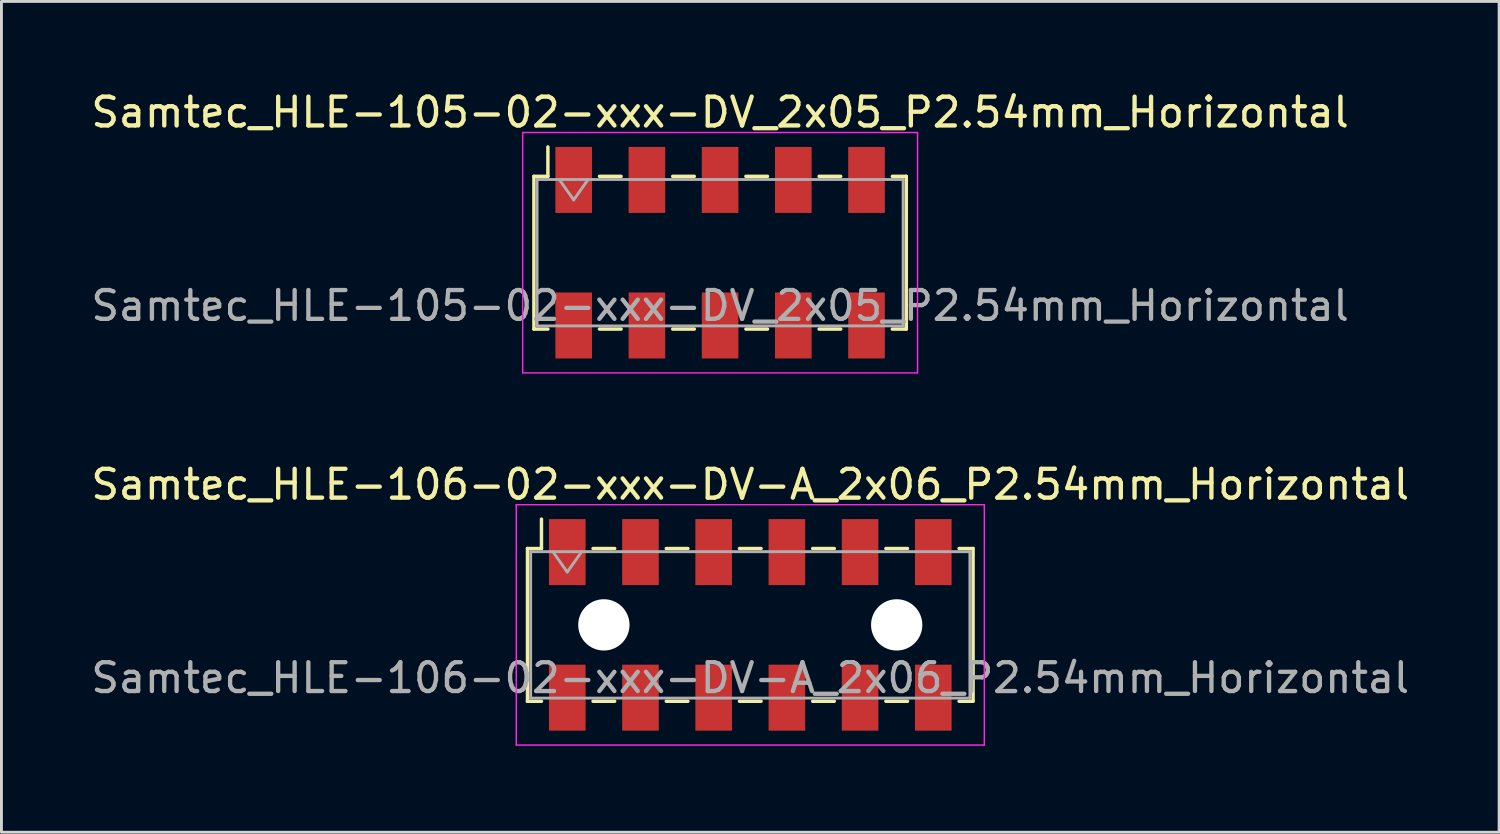
<source format=kicad_pcb>
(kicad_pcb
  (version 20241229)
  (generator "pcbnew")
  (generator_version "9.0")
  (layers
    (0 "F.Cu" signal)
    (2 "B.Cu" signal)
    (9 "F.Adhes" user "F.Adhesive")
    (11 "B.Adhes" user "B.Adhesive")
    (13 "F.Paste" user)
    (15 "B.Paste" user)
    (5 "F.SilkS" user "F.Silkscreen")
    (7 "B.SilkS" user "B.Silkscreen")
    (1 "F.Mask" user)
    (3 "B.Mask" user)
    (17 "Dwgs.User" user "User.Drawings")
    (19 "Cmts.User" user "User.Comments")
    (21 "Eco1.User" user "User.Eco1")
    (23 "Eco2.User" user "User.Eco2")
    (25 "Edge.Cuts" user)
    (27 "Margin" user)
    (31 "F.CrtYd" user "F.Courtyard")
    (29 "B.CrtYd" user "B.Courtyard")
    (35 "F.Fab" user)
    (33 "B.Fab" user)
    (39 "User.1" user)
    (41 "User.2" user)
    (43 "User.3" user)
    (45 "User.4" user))
  (footprint "Samtec_HLE-106-02-xxx-DV-A_2x06_P2.54mm_Horizontal"
    (layer "F.Cu")
    (at 22.982 18.631)
    (property "Reference" "Samtec_HLE-106-02-xxx-DV-A_2x06_P2.54mm_Horizontal" (at 0 -4.87 0) (layer "F.SilkS") (effects (font (size 1 1) (thickness 0.15))))
    (attr smd)
    (fp_line (start -7.73 -2.65) (end -7.73 2.65) (stroke (width 0.12) (type solid)) (layer "F.SilkS"))
    (fp_line (start -7.73 2.65) (end -7.245 2.65) (stroke (width 0.12) (type solid)) (layer "F.SilkS"))
    (fp_line (start -7.245 -3.67) (end -7.245 -2.65) (stroke (width 0.12) (type solid)) (layer "F.SilkS"))
    (fp_line (start -7.245 -2.65) (end -7.73 -2.65) (stroke (width 0.12) (type solid)) (layer "F.SilkS"))
    (fp_line (start -5.455 -2.65) (end -4.705 -2.65) (stroke (width 0.12) (type solid)) (layer "F.SilkS"))
    (fp_line (start -5.455 2.65) (end -4.705 2.65) (stroke (width 0.12) (type solid)) (layer "F.SilkS"))
    (fp_line (start -2.915 -2.65) (end -2.165 -2.65) (stroke (width 0.12) (type solid)) (layer "F.SilkS"))
    (fp_line (start -2.915 2.65) (end -2.165 2.65) (stroke (width 0.12) (type solid)) (layer "F.SilkS"))
    (fp_line (start -0.375 -2.65) (end 0.375 -2.65) (stroke (width 0.12) (type solid)) (layer "F.SilkS"))
    (fp_line (start -0.375 2.65) (end 0.375 2.65) (stroke (width 0.12) (type solid)) (layer "F.SilkS"))
    (fp_line (start 2.165 -2.65) (end 2.915 -2.65) (stroke (width 0.12) (type solid)) (layer "F.SilkS"))
    (fp_line (start 2.165 2.65) (end 2.915 2.65) (stroke (width 0.12) (type solid)) (layer "F.SilkS"))
    (fp_line (start 4.705 -2.65) (end 5.455 -2.65) (stroke (width 0.12) (type solid)) (layer "F.SilkS"))
    (fp_line (start 4.705 2.65) (end 5.455 2.65) (stroke (width 0.12) (type solid)) (layer "F.SilkS"))
    (fp_line (start 7.245 -2.65) (end 7.73 -2.65) (stroke (width 0.12) (type solid)) (layer "F.SilkS"))
    (fp_line (start 7.73 -2.65) (end 7.73 2.65) (stroke (width 0.12) (type solid)) (layer "F.SilkS"))
    (fp_line (start 7.73 2.65) (end 7.245 2.65) (stroke (width 0.12) (type solid)) (layer "F.SilkS"))
    (fp_line (start -8.12 -4.17) (end 8.12 -4.17) (stroke (width 0.05) (type solid)) (layer "F.CrtYd"))
    (fp_line (start -8.12 4.17) (end -8.12 -4.17) (stroke (width 0.05) (type solid)) (layer "F.CrtYd"))
    (fp_line (start 8.12 -4.17) (end 8.12 4.17) (stroke (width 0.05) (type solid)) (layer "F.CrtYd"))
    (fp_line (start 8.12 4.17) (end -8.12 4.17) (stroke (width 0.05) (type solid)) (layer "F.CrtYd"))
    (fp_line (start -7.62 -2.54) (end 7.62 -2.54) (stroke (width 0.1) (type solid)) (layer "F.Fab"))
    (fp_line (start -7.62 2.54) (end -7.62 -2.54) (stroke (width 0.1) (type solid)) (layer "F.Fab"))
    (fp_line (start -6.85 -2.54) (end -6.35 -1.833) (stroke (width 0.1) (type solid)) (layer "F.Fab"))
    (fp_line (start -6.35 -1.833) (end -5.85 -2.54) (stroke (width 0.1) (type solid)) (layer "F.Fab"))
    (fp_line (start 7.62 -2.54) (end 7.62 2.54) (stroke (width 0.1) (type solid)) (layer "F.Fab"))
    (fp_line (start 7.62 2.54) (end -7.62 2.54) (stroke (width 0.1) (type solid)) (layer "F.Fab"))
    (fp_text user "${REFERENCE}" (at 0 1.84 0) (layer "F.Fab") (effects (font (size 1 1) (thickness 0.15))))
    (pad "" np_thru_hole circle (at -5.08 0) (size 1.78 1.78) (drill 1.78) (layers "*.Cu" "*.Mask"))
    (pad "" np_thru_hole circle (at 5.08 0) (size 1.78 1.78) (drill 1.78) (layers "*.Cu" "*.Mask"))
    (pad "1" smd rect (at -6.35 -2.525) (size 1.27 2.29) (layers "F.Cu" "F.Mask" "F.Paste"))
    (pad "2" smd rect (at -6.35 2.525) (size 1.27 2.29) (layers "F.Cu" "F.Mask" "F.Paste"))
    (pad "3" smd rect (at -3.81 -2.525) (size 1.27 2.29) (layers "F.Cu" "F.Mask" "F.Paste"))
    (pad "4" smd rect (at -3.81 2.525) (size 1.27 2.29) (layers "F.Cu" "F.Mask" "F.Paste"))
    (pad "5" smd rect (at -1.27 -2.525) (size 1.27 2.29) (layers "F.Cu" "F.Mask" "F.Paste"))
    (pad "6" smd rect (at -1.27 2.525) (size 1.27 2.29) (layers "F.Cu" "F.Mask" "F.Paste"))
    (pad "7" smd rect (at 1.27 -2.525) (size 1.27 2.29) (layers "F.Cu" "F.Mask" "F.Paste"))
    (pad "8" smd rect (at 1.27 2.525) (size 1.27 2.29) (layers "F.Cu" "F.Mask" "F.Paste"))
    (pad "9" smd rect (at 3.81 -2.525) (size 1.27 2.29) (layers "F.Cu" "F.Mask" "F.Paste"))
    (pad "10" smd rect (at 3.81 2.525) (size 1.27 2.29) (layers "F.Cu" "F.Mask" "F.Paste"))
    (pad "11" smd rect (at 6.35 -2.525) (size 1.27 2.29) (layers "F.Cu" "F.Mask" "F.Paste"))
    (pad "12" smd rect (at 6.35 2.525) (size 1.27 2.29) (layers "F.Cu" "F.Mask" "F.Paste")))
  (footprint "Samtec_HLE-105-02-xxx-DV_2x05_P2.54mm_Horizontal"
    (layer "F.Cu")
    (at 21.935 5.718)
    (property "Reference" "Samtec_HLE-105-02-xxx-DV_2x05_P2.54mm_Horizontal" (at 0 -4.87 0) (layer "F.SilkS") (effects (font (size 1 1) (thickness 0.15))))
    (attr smd)
    (fp_line (start -6.46 -2.65) (end -6.46 2.65) (stroke (width 0.12) (type solid)) (layer "F.SilkS"))
    (fp_line (start -6.46 2.65) (end -5.975 2.65) (stroke (width 0.12) (type solid)) (layer "F.SilkS"))
    (fp_line (start -5.975 -3.67) (end -5.975 -2.65) (stroke (width 0.12) (type solid)) (layer "F.SilkS"))
    (fp_line (start -5.975 -2.65) (end -6.46 -2.65) (stroke (width 0.12) (type solid)) (layer "F.SilkS"))
    (fp_line (start -4.185 -2.65) (end -3.435 -2.65) (stroke (width 0.12) (type solid)) (layer "F.SilkS"))
    (fp_line (start -4.185 2.65) (end -3.435 2.65) (stroke (width 0.12) (type solid)) (layer "F.SilkS"))
    (fp_line (start -1.645 -2.65) (end -0.895 -2.65) (stroke (width 0.12) (type solid)) (layer "F.SilkS"))
    (fp_line (start -1.645 2.65) (end -0.895 2.65) (stroke (width 0.12) (type solid)) (layer "F.SilkS"))
    (fp_line (start 0.895 -2.65) (end 1.645 -2.65) (stroke (width 0.12) (type solid)) (layer "F.SilkS"))
    (fp_line (start 0.895 2.65) (end 1.645 2.65) (stroke (width 0.12) (type solid)) (layer "F.SilkS"))
    (fp_line (start 3.435 -2.65) (end 4.185 -2.65) (stroke (width 0.12) (type solid)) (layer "F.SilkS"))
    (fp_line (start 3.435 2.65) (end 4.185 2.65) (stroke (width 0.12) (type solid)) (layer "F.SilkS"))
    (fp_line (start 5.975 -2.65) (end 6.46 -2.65) (stroke (width 0.12) (type solid)) (layer "F.SilkS"))
    (fp_line (start 6.46 -2.65) (end 6.46 2.65) (stroke (width 0.12) (type solid)) (layer "F.SilkS"))
    (fp_line (start 6.46 2.65) (end 5.975 2.65) (stroke (width 0.12) (type solid)) (layer "F.SilkS"))
    (fp_line (start -6.85 -4.17) (end 6.85 -4.17) (stroke (width 0.05) (type solid)) (layer "F.CrtYd"))
    (fp_line (start -6.85 4.17) (end -6.85 -4.17) (stroke (width 0.05) (type solid)) (layer "F.CrtYd"))
    (fp_line (start 6.85 -4.17) (end 6.85 4.17) (stroke (width 0.05) (type solid)) (layer "F.CrtYd"))
    (fp_line (start 6.85 4.17) (end -6.85 4.17) (stroke (width 0.05) (type solid)) (layer "F.CrtYd"))
    (fp_line (start -6.35 -2.54) (end 6.35 -2.54) (stroke (width 0.1) (type solid)) (layer "F.Fab"))
    (fp_line (start -6.35 2.54) (end -6.35 -2.54) (stroke (width 0.1) (type solid)) (layer "F.Fab"))
    (fp_line (start -5.58 -2.54) (end -5.08 -1.833) (stroke (width 0.1) (type solid)) (layer "F.Fab"))
    (fp_line (start -5.08 -1.833) (end -4.58 -2.54) (stroke (width 0.1) (type solid)) (layer "F.Fab"))
    (fp_line (start 6.35 -2.54) (end 6.35 2.54) (stroke (width 0.1) (type solid)) (layer "F.Fab"))
    (fp_line (start 6.35 2.54) (end -6.35 2.54) (stroke (width 0.1) (type solid)) (layer "F.Fab"))
    (fp_text user "${REFERENCE}" (at 0 1.84 0) (layer "F.Fab") (effects (font (size 1 1) (thickness 0.15))))
    (pad "1" smd rect (at -5.08 -2.525) (size 1.27 2.29) (layers "F.Cu" "F.Mask" "F.Paste"))
    (pad "2" smd rect (at -5.08 2.525) (size 1.27 2.29) (layers "F.Cu" "F.Mask" "F.Paste"))
    (pad "3" smd rect (at -2.54 -2.525) (size 1.27 2.29) (layers "F.Cu" "F.Mask" "F.Paste"))
    (pad "4" smd rect (at -2.54 2.525) (size 1.27 2.29) (layers "F.Cu" "F.Mask" "F.Paste"))
    (pad "5" smd rect (at 0 -2.525) (size 1.27 2.29) (layers "F.Cu" "F.Mask" "F.Paste"))
    (pad "6" smd rect (at 0 2.525) (size 1.27 2.29) (layers "F.Cu" "F.Mask" "F.Paste"))
    (pad "7" smd rect (at 2.54 -2.525) (size 1.27 2.29) (layers "F.Cu" "F.Mask" "F.Paste"))
    (pad "8" smd rect (at 2.54 2.525) (size 1.27 2.29) (layers "F.Cu" "F.Mask" "F.Paste"))
    (pad "9" smd rect (at 5.08 -2.525) (size 1.27 2.29) (layers "F.Cu" "F.Mask" "F.Paste"))
    (pad "10" smd rect (at 5.08 2.525) (size 1.27 2.29) (layers "F.Cu" "F.Mask" "F.Paste")))
  (gr_rect
    (start -3 -3)
    (end 48.964 25.826)
    (stroke (width 0.1) (type default))
    (fill no)
    (layer "Edge.Cuts")))
</source>
